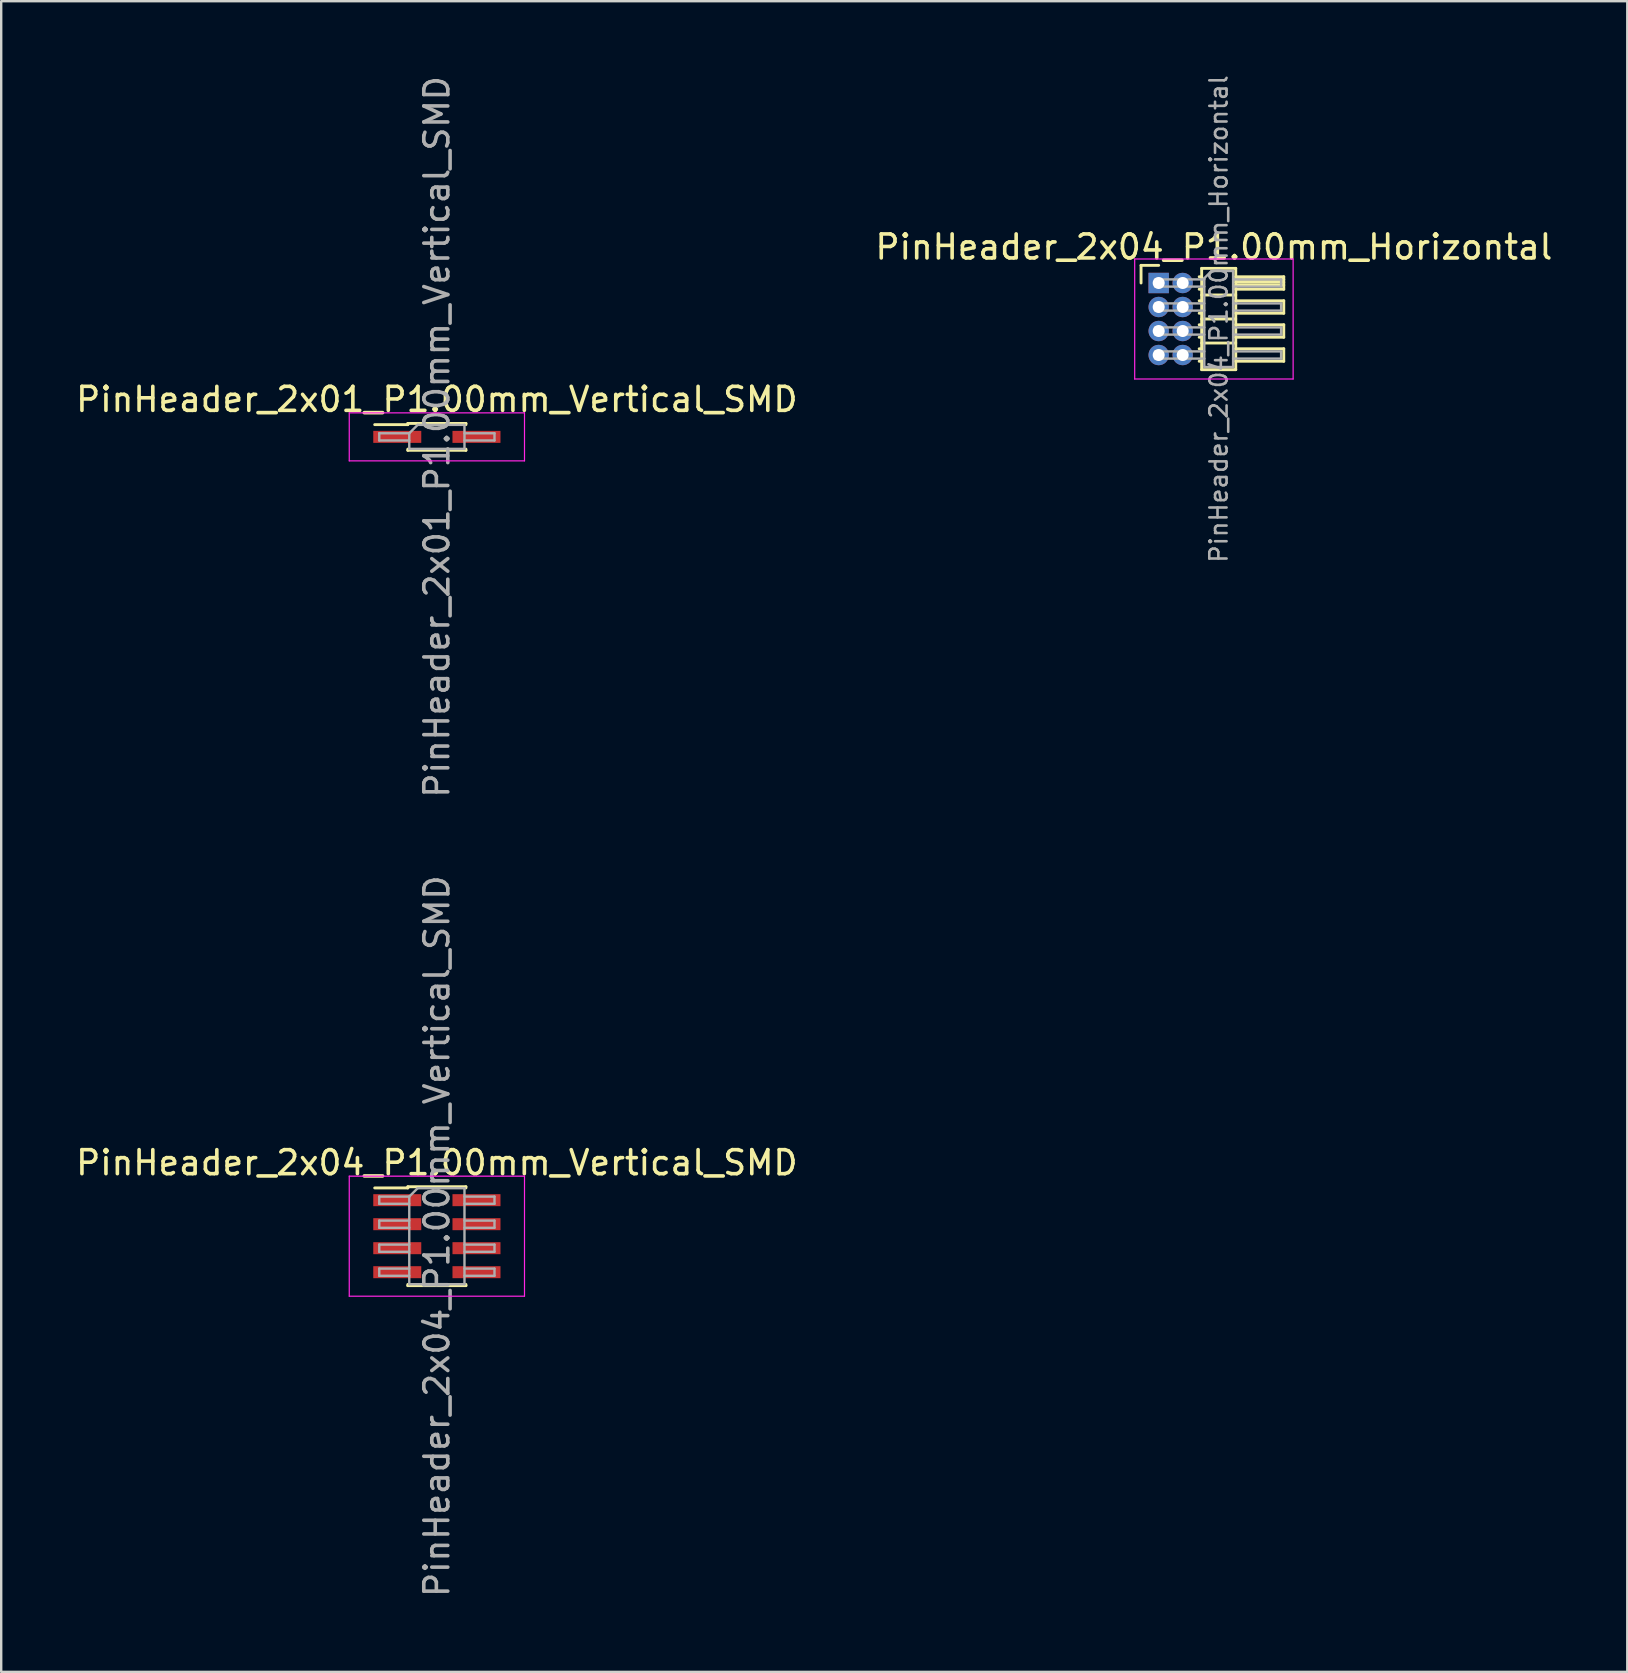
<source format=kicad_pcb>
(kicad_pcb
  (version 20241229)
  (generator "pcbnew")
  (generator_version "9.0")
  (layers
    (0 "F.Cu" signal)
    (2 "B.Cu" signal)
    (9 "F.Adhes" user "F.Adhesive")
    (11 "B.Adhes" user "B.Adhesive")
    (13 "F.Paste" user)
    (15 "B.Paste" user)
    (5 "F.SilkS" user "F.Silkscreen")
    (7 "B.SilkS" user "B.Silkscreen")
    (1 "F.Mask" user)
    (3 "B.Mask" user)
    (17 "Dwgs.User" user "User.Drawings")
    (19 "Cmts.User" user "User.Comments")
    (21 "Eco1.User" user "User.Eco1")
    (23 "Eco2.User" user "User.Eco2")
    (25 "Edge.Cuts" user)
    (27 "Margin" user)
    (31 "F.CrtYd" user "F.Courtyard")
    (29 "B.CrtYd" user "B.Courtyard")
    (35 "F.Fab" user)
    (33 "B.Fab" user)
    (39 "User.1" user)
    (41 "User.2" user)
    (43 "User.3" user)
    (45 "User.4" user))
  (footprint "PinHeader_2x04_P1.00mm_Horizontal"
    (layer "F.Cu")
    (at 45.218 8.739)
    (property "Reference" "PinHeader_2x04_P1.00mm_Horizontal" (at 2.3 -1.5 0) (layer "F.SilkS") (effects (font (size 1 1) (thickness 0.15))))
    (attr through_hole)
    (fp_line (start -0.735 -0.735) (end 0 -0.735) (stroke (width 0.12) (type solid)) (layer "F.SilkS"))
    (fp_line (start -0.735 0) (end -0.735 -0.735) (stroke (width 0.12) (type solid)) (layer "F.SilkS"))
    (fp_line (start 1.687 -0.26) (end 1.79 -0.26) (stroke (width 0.12) (type solid)) (layer "F.SilkS"))
    (fp_line (start 1.687 0.26) (end 1.79 0.26) (stroke (width 0.12) (type solid)) (layer "F.SilkS"))
    (fp_line (start 1.687 0.74) (end 1.79 0.74) (stroke (width 0.12) (type solid)) (layer "F.SilkS"))
    (fp_line (start 1.687 1.26) (end 1.79 1.26) (stroke (width 0.12) (type solid)) (layer "F.SilkS"))
    (fp_line (start 1.687 1.74) (end 1.79 1.74) (stroke (width 0.12) (type solid)) (layer "F.SilkS"))
    (fp_line (start 1.687 2.26) (end 1.79 2.26) (stroke (width 0.12) (type solid)) (layer "F.SilkS"))
    (fp_line (start 1.687 2.74) (end 1.79 2.74) (stroke (width 0.12) (type solid)) (layer "F.SilkS"))
    (fp_line (start 1.687 3.26) (end 1.79 3.26) (stroke (width 0.12) (type solid)) (layer "F.SilkS"))
    (fp_line (start 1.79 -0.61) (end 1.79 3.61) (stroke (width 0.12) (type solid)) (layer "F.SilkS"))
    (fp_line (start 1.79 0.5) (end 3.21 0.5) (stroke (width 0.12) (type solid)) (layer "F.SilkS"))
    (fp_line (start 1.79 1.5) (end 3.21 1.5) (stroke (width 0.12) (type solid)) (layer "F.SilkS"))
    (fp_line (start 1.79 2.5) (end 3.21 2.5) (stroke (width 0.12) (type solid)) (layer "F.SilkS"))
    (fp_line (start 1.79 3.61) (end 3.21 3.61) (stroke (width 0.12) (type solid)) (layer "F.SilkS"))
    (fp_line (start 3.21 -0.61) (end 1.79 -0.61) (stroke (width 0.12) (type solid)) (layer "F.SilkS"))
    (fp_line (start 3.21 -0.26) (end 5.21 -0.26) (stroke (width 0.12) (type solid)) (layer "F.SilkS"))
    (fp_line (start 3.21 -0.15) (end 5.21 -0.15) (stroke (width 0.12) (type solid)) (layer "F.SilkS"))
    (fp_line (start 3.21 -0.03) (end 5.21 -0.03) (stroke (width 0.12) (type solid)) (layer "F.SilkS"))
    (fp_line (start 3.21 0.09) (end 5.21 0.09) (stroke (width 0.12) (type solid)) (layer "F.SilkS"))
    (fp_line (start 3.21 0.74) (end 5.21 0.74) (stroke (width 0.12) (type solid)) (layer "F.SilkS"))
    (fp_line (start 3.21 1.74) (end 5.21 1.74) (stroke (width 0.12) (type solid)) (layer "F.SilkS"))
    (fp_line (start 3.21 2.74) (end 5.21 2.74) (stroke (width 0.12) (type solid)) (layer "F.SilkS"))
    (fp_line (start 3.21 3.61) (end 3.21 -0.61) (stroke (width 0.12) (type solid)) (layer "F.SilkS"))
    (fp_line (start 5.21 -0.26) (end 5.21 0.26) (stroke (width 0.12) (type solid)) (layer "F.SilkS"))
    (fp_line (start 5.21 0.26) (end 3.21 0.26) (stroke (width 0.12) (type solid)) (layer "F.SilkS"))
    (fp_line (start 5.21 0.74) (end 5.21 1.26) (stroke (width 0.12) (type solid)) (layer "F.SilkS"))
    (fp_line (start 5.21 1.26) (end 3.21 1.26) (stroke (width 0.12) (type solid)) (layer "F.SilkS"))
    (fp_line (start 5.21 1.74) (end 5.21 2.26) (stroke (width 0.12) (type solid)) (layer "F.SilkS"))
    (fp_line (start 5.21 2.26) (end 3.21 2.26) (stroke (width 0.12) (type solid)) (layer "F.SilkS"))
    (fp_line (start 5.21 2.74) (end 5.21 3.26) (stroke (width 0.12) (type solid)) (layer "F.SilkS"))
    (fp_line (start 5.21 3.26) (end 3.21 3.26) (stroke (width 0.12) (type solid)) (layer "F.SilkS"))
    (fp_line (start -1 -1) (end -1 4) (stroke (width 0.05) (type solid)) (layer "F.CrtYd"))
    (fp_line (start -1 4) (end 5.6 4) (stroke (width 0.05) (type solid)) (layer "F.CrtYd"))
    (fp_line (start 5.6 -1) (end -1 -1) (stroke (width 0.05) (type solid)) (layer "F.CrtYd"))
    (fp_line (start 5.6 4) (end 5.6 -1) (stroke (width 0.05) (type solid)) (layer "F.CrtYd"))
    (fp_line (start -0.15 -0.15) (end -0.15 0.15) (stroke (width 0.1) (type solid)) (layer "F.Fab"))
    (fp_line (start -0.15 -0.15) (end 1.9 -0.15) (stroke (width 0.1) (type solid)) (layer "F.Fab"))
    (fp_line (start -0.15 0.15) (end 1.9 0.15) (stroke (width 0.1) (type solid)) (layer "F.Fab"))
    (fp_line (start -0.15 0.85) (end -0.15 1.15) (stroke (width 0.1) (type solid)) (layer "F.Fab"))
    (fp_line (start -0.15 0.85) (end 1.9 0.85) (stroke (width 0.1) (type solid)) (layer "F.Fab"))
    (fp_line (start -0.15 1.15) (end 1.9 1.15) (stroke (width 0.1) (type solid)) (layer "F.Fab"))
    (fp_line (start -0.15 1.85) (end -0.15 2.15) (stroke (width 0.1) (type solid)) (layer "F.Fab"))
    (fp_line (start -0.15 1.85) (end 1.9 1.85) (stroke (width 0.1) (type solid)) (layer "F.Fab"))
    (fp_line (start -0.15 2.15) (end 1.9 2.15) (stroke (width 0.1) (type solid)) (layer "F.Fab"))
    (fp_line (start -0.15 2.85) (end -0.15 3.15) (stroke (width 0.1) (type solid)) (layer "F.Fab"))
    (fp_line (start -0.15 2.85) (end 1.9 2.85) (stroke (width 0.1) (type solid)) (layer "F.Fab"))
    (fp_line (start -0.15 3.15) (end 1.9 3.15) (stroke (width 0.1) (type solid)) (layer "F.Fab"))
    (fp_line (start 1.9 -0.2) (end 2.2 -0.5) (stroke (width 0.1) (type solid)) (layer "F.Fab"))
    (fp_line (start 1.9 3.5) (end 1.9 -0.2) (stroke (width 0.1) (type solid)) (layer "F.Fab"))
    (fp_line (start 2.2 -0.5) (end 3.1 -0.5) (stroke (width 0.1) (type solid)) (layer "F.Fab"))
    (fp_line (start 3.1 -0.5) (end 3.1 3.5) (stroke (width 0.1) (type solid)) (layer "F.Fab"))
    (fp_line (start 3.1 -0.15) (end 5.1 -0.15) (stroke (width 0.1) (type solid)) (layer "F.Fab"))
    (fp_line (start 3.1 0.15) (end 5.1 0.15) (stroke (width 0.1) (type solid)) (layer "F.Fab"))
    (fp_line (start 3.1 0.85) (end 5.1 0.85) (stroke (width 0.1) (type solid)) (layer "F.Fab"))
    (fp_line (start 3.1 1.15) (end 5.1 1.15) (stroke (width 0.1) (type solid)) (layer "F.Fab"))
    (fp_line (start 3.1 1.85) (end 5.1 1.85) (stroke (width 0.1) (type solid)) (layer "F.Fab"))
    (fp_line (start 3.1 2.15) (end 5.1 2.15) (stroke (width 0.1) (type solid)) (layer "F.Fab"))
    (fp_line (start 3.1 2.85) (end 5.1 2.85) (stroke (width 0.1) (type solid)) (layer "F.Fab"))
    (fp_line (start 3.1 3.15) (end 5.1 3.15) (stroke (width 0.1) (type solid)) (layer "F.Fab"))
    (fp_line (start 3.1 3.5) (end 1.9 3.5) (stroke (width 0.1) (type solid)) (layer "F.Fab"))
    (fp_line (start 5.1 -0.15) (end 5.1 0.15) (stroke (width 0.1) (type solid)) (layer "F.Fab"))
    (fp_line (start 5.1 0.85) (end 5.1 1.15) (stroke (width 0.1) (type solid)) (layer "F.Fab"))
    (fp_line (start 5.1 1.85) (end 5.1 2.15) (stroke (width 0.1) (type solid)) (layer "F.Fab"))
    (fp_line (start 5.1 2.85) (end 5.1 3.15) (stroke (width 0.1) (type solid)) (layer "F.Fab"))
    (fp_text user "${REFERENCE}" (at 2.5 1.5 90) (layer "F.Fab") (effects (font (size 0.72 0.72) (thickness 0.108))))
    (pad "1" thru_hole rect (at 0 0) (size 0.85 0.85) (drill 0.5) (layers "*.Cu" "*.Mask"))
    (pad "2" thru_hole circle (at 1 0) (size 0.85 0.85) (drill 0.5) (layers "*.Cu" "*.Mask"))
    (pad "3" thru_hole circle (at 0 1) (size 0.85 0.85) (drill 0.5) (layers "*.Cu" "*.Mask"))
    (pad "4" thru_hole circle (at 1 1) (size 0.85 0.85) (drill 0.5) (layers "*.Cu" "*.Mask"))
    (pad "5" thru_hole circle (at 0 2) (size 0.85 0.85) (drill 0.5) (layers "*.Cu" "*.Mask"))
    (pad "6" thru_hole circle (at 1 2) (size 0.85 0.85) (drill 0.5) (layers "*.Cu" "*.Mask"))
    (pad "7" thru_hole circle (at 0 3) (size 0.85 0.85) (drill 0.5) (layers "*.Cu" "*.Mask"))
    (pad "8" thru_hole circle (at 1 3) (size 0.85 0.85) (drill 0.5) (layers "*.Cu" "*.Mask")))
  (footprint "PinHeader_2x04_P1.00mm_Vertical_SMD"
    (layer "F.Cu")
    (at 15.149 48.446)
    (property "Reference" "PinHeader_2x04_P1.00mm_Vertical_SMD" (at 0 -3.06 0) (layer "F.SilkS") (effects (font (size 1 1) (thickness 0.15))))
    (attr smd)
    (fp_line (start -2.59 -2.01) (end -1.21 -2.01) (stroke (width 0.12) (type solid)) (layer "F.SilkS"))
    (fp_line (start -1.21 -2.06) (end -1.21 -2.01) (stroke (width 0.12) (type solid)) (layer "F.SilkS"))
    (fp_line (start -1.21 -2.06) (end 1.21 -2.06) (stroke (width 0.12) (type solid)) (layer "F.SilkS"))
    (fp_line (start -1.21 2.01) (end -1.21 2.06) (stroke (width 0.12) (type solid)) (layer "F.SilkS"))
    (fp_line (start -1.21 2.06) (end 1.21 2.06) (stroke (width 0.12) (type solid)) (layer "F.SilkS"))
    (fp_line (start 1.21 -2.06) (end 1.21 -2.01) (stroke (width 0.12) (type solid)) (layer "F.SilkS"))
    (fp_line (start 1.21 2.01) (end 1.21 2.06) (stroke (width 0.12) (type solid)) (layer "F.SilkS"))
    (fp_line (start -3.65 -2.5) (end -3.65 2.5) (stroke (width 0.05) (type solid)) (layer "F.CrtYd"))
    (fp_line (start -3.65 2.5) (end 3.65 2.5) (stroke (width 0.05) (type solid)) (layer "F.CrtYd"))
    (fp_line (start 3.65 -2.5) (end -3.65 -2.5) (stroke (width 0.05) (type solid)) (layer "F.CrtYd"))
    (fp_line (start 3.65 2.5) (end 3.65 -2.5) (stroke (width 0.05) (type solid)) (layer "F.CrtYd"))
    (fp_line (start -2.4 -1.65) (end -2.4 -1.35) (stroke (width 0.1) (type solid)) (layer "F.Fab"))
    (fp_line (start -2.4 -1.35) (end -1.15 -1.35) (stroke (width 0.1) (type solid)) (layer "F.Fab"))
    (fp_line (start -2.4 -0.65) (end -2.4 -0.35) (stroke (width 0.1) (type solid)) (layer "F.Fab"))
    (fp_line (start -2.4 -0.35) (end -1.15 -0.35) (stroke (width 0.1) (type solid)) (layer "F.Fab"))
    (fp_line (start -2.4 0.35) (end -2.4 0.65) (stroke (width 0.1) (type solid)) (layer "F.Fab"))
    (fp_line (start -2.4 0.65) (end -1.15 0.65) (stroke (width 0.1) (type solid)) (layer "F.Fab"))
    (fp_line (start -2.4 1.35) (end -2.4 1.65) (stroke (width 0.1) (type solid)) (layer "F.Fab"))
    (fp_line (start -2.4 1.65) (end -1.15 1.65) (stroke (width 0.1) (type solid)) (layer "F.Fab"))
    (fp_line (start -1.15 -1.65) (end -2.4 -1.65) (stroke (width 0.1) (type solid)) (layer "F.Fab"))
    (fp_line (start -1.15 -1.65) (end -0.8 -2) (stroke (width 0.1) (type solid)) (layer "F.Fab"))
    (fp_line (start -1.15 -0.65) (end -2.4 -0.65) (stroke (width 0.1) (type solid)) (layer "F.Fab"))
    (fp_line (start -1.15 0.35) (end -2.4 0.35) (stroke (width 0.1) (type solid)) (layer "F.Fab"))
    (fp_line (start -1.15 1.35) (end -2.4 1.35) (stroke (width 0.1) (type solid)) (layer "F.Fab"))
    (fp_line (start -1.15 2) (end -1.15 -1.65) (stroke (width 0.1) (type solid)) (layer "F.Fab"))
    (fp_line (start -0.8 -2) (end 1.15 -2) (stroke (width 0.1) (type solid)) (layer "F.Fab"))
    (fp_line (start 1.15 -2) (end 1.15 2) (stroke (width 0.1) (type solid)) (layer "F.Fab"))
    (fp_line (start 1.15 -1.65) (end 2.4 -1.65) (stroke (width 0.1) (type solid)) (layer "F.Fab"))
    (fp_line (start 1.15 -0.65) (end 2.4 -0.65) (stroke (width 0.1) (type solid)) (layer "F.Fab"))
    (fp_line (start 1.15 0.35) (end 2.4 0.35) (stroke (width 0.1) (type solid)) (layer "F.Fab"))
    (fp_line (start 1.15 1.35) (end 2.4 1.35) (stroke (width 0.1) (type solid)) (layer "F.Fab"))
    (fp_line (start 1.15 2) (end -1.15 2) (stroke (width 0.1) (type solid)) (layer "F.Fab"))
    (fp_line (start 2.4 -1.65) (end 2.4 -1.35) (stroke (width 0.1) (type solid)) (layer "F.Fab"))
    (fp_line (start 2.4 -1.35) (end 1.15 -1.35) (stroke (width 0.1) (type solid)) (layer "F.Fab"))
    (fp_line (start 2.4 -0.65) (end 2.4 -0.35) (stroke (width 0.1) (type solid)) (layer "F.Fab"))
    (fp_line (start 2.4 -0.35) (end 1.15 -0.35) (stroke (width 0.1) (type solid)) (layer "F.Fab"))
    (fp_line (start 2.4 0.35) (end 2.4 0.65) (stroke (width 0.1) (type solid)) (layer "F.Fab"))
    (fp_line (start 2.4 0.65) (end 1.15 0.65) (stroke (width 0.1) (type solid)) (layer "F.Fab"))
    (fp_line (start 2.4 1.35) (end 2.4 1.65) (stroke (width 0.1) (type solid)) (layer "F.Fab"))
    (fp_line (start 2.4 1.65) (end 1.15 1.65) (stroke (width 0.1) (type solid)) (layer "F.Fab"))
    (fp_text user "${REFERENCE}" (at 0 0 90) (layer "F.Fab") (effects (font (size 1 1) (thickness 0.15))))
    (pad "1" smd rect (at -1.65 -1.5) (size 2 0.5) (layers "F.Cu" "F.Mask" "F.Paste"))
    (pad "2" smd rect (at 1.65 -1.5) (size 2 0.5) (layers "F.Cu" "F.Mask" "F.Paste"))
    (pad "3" smd rect (at -1.65 -0.5) (size 2 0.5) (layers "F.Cu" "F.Mask" "F.Paste"))
    (pad "4" smd rect (at 1.65 -0.5) (size 2 0.5) (layers "F.Cu" "F.Mask" "F.Paste"))
    (pad "5" smd rect (at -1.65 0.5) (size 2 0.5) (layers "F.Cu" "F.Mask" "F.Paste"))
    (pad "6" smd rect (at 1.65 0.5) (size 2 0.5) (layers "F.Cu" "F.Mask" "F.Paste"))
    (pad "7" smd rect (at -1.65 1.5) (size 2 0.5) (layers "F.Cu" "F.Mask" "F.Paste"))
    (pad "8" smd rect (at 1.65 1.5) (size 2 0.5) (layers "F.Cu" "F.Mask" "F.Paste")))
  (footprint "PinHeader_2x01_P1.00mm_Vertical_SMD"
    (layer "F.Cu")
    (at 15.149 15.149)
    (property "Reference" "PinHeader_2x01_P1.00mm_Vertical_SMD" (at 0 -1.56 0) (layer "F.SilkS") (effects (font (size 1 1) (thickness 0.15))))
    (attr smd)
    (fp_line (start -2.59 -0.51) (end -1.21 -0.51) (stroke (width 0.12) (type solid)) (layer "F.SilkS"))
    (fp_line (start -1.21 -0.56) (end -1.21 -0.51) (stroke (width 0.12) (type solid)) (layer "F.SilkS"))
    (fp_line (start -1.21 -0.56) (end 1.21 -0.56) (stroke (width 0.12) (type solid)) (layer "F.SilkS"))
    (fp_line (start -1.21 0.51) (end -1.21 0.56) (stroke (width 0.12) (type solid)) (layer "F.SilkS"))
    (fp_line (start -1.21 0.56) (end 1.21 0.56) (stroke (width 0.12) (type solid)) (layer "F.SilkS"))
    (fp_line (start 1.21 -0.56) (end 1.21 -0.51) (stroke (width 0.12) (type solid)) (layer "F.SilkS"))
    (fp_line (start 1.21 0.51) (end 1.21 0.56) (stroke (width 0.12) (type solid)) (layer "F.SilkS"))
    (fp_line (start -3.65 -1) (end -3.65 1) (stroke (width 0.05) (type solid)) (layer "F.CrtYd"))
    (fp_line (start -3.65 1) (end 3.65 1) (stroke (width 0.05) (type solid)) (layer "F.CrtYd"))
    (fp_line (start 3.65 -1) (end -3.65 -1) (stroke (width 0.05) (type solid)) (layer "F.CrtYd"))
    (fp_line (start 3.65 1) (end 3.65 -1) (stroke (width 0.05) (type solid)) (layer "F.CrtYd"))
    (fp_line (start -2.4 -0.15) (end -2.4 0.15) (stroke (width 0.1) (type solid)) (layer "F.Fab"))
    (fp_line (start -2.4 0.15) (end -1.15 0.15) (stroke (width 0.1) (type solid)) (layer "F.Fab"))
    (fp_line (start -1.15 -0.15) (end -2.4 -0.15) (stroke (width 0.1) (type solid)) (layer "F.Fab"))
    (fp_line (start -1.15 -0.15) (end -0.8 -0.5) (stroke (width 0.1) (type solid)) (layer "F.Fab"))
    (fp_line (start -1.15 0.5) (end -1.15 -0.15) (stroke (width 0.1) (type solid)) (layer "F.Fab"))
    (fp_line (start -0.8 -0.5) (end 1.15 -0.5) (stroke (width 0.1) (type solid)) (layer "F.Fab"))
    (fp_line (start 1.15 -0.5) (end 1.15 0.5) (stroke (width 0.1) (type solid)) (layer "F.Fab"))
    (fp_line (start 1.15 -0.15) (end 2.4 -0.15) (stroke (width 0.1) (type solid)) (layer "F.Fab"))
    (fp_line (start 1.15 0.5) (end -1.15 0.5) (stroke (width 0.1) (type solid)) (layer "F.Fab"))
    (fp_line (start 2.4 -0.15) (end 2.4 0.15) (stroke (width 0.1) (type solid)) (layer "F.Fab"))
    (fp_line (start 2.4 0.15) (end 1.15 0.15) (stroke (width 0.1) (type solid)) (layer "F.Fab"))
    (fp_text user "${REFERENCE}" (at 0 0 90) (layer "F.Fab") (effects (font (size 1 1) (thickness 0.15))))
    (pad "1" smd rect (at -1.65 0) (size 2 0.5) (layers "F.Cu" "F.Mask" "F.Paste"))
    (pad "2" smd rect (at 1.65 0) (size 2 0.5) (layers "F.Cu" "F.Mask" "F.Paste")))
  (gr_rect
    (start -3 -3)
    (end 64.738 66.595)
    (stroke (width 0.1) (type default))
    (fill no)
    (layer "Edge.Cuts")))
</source>
